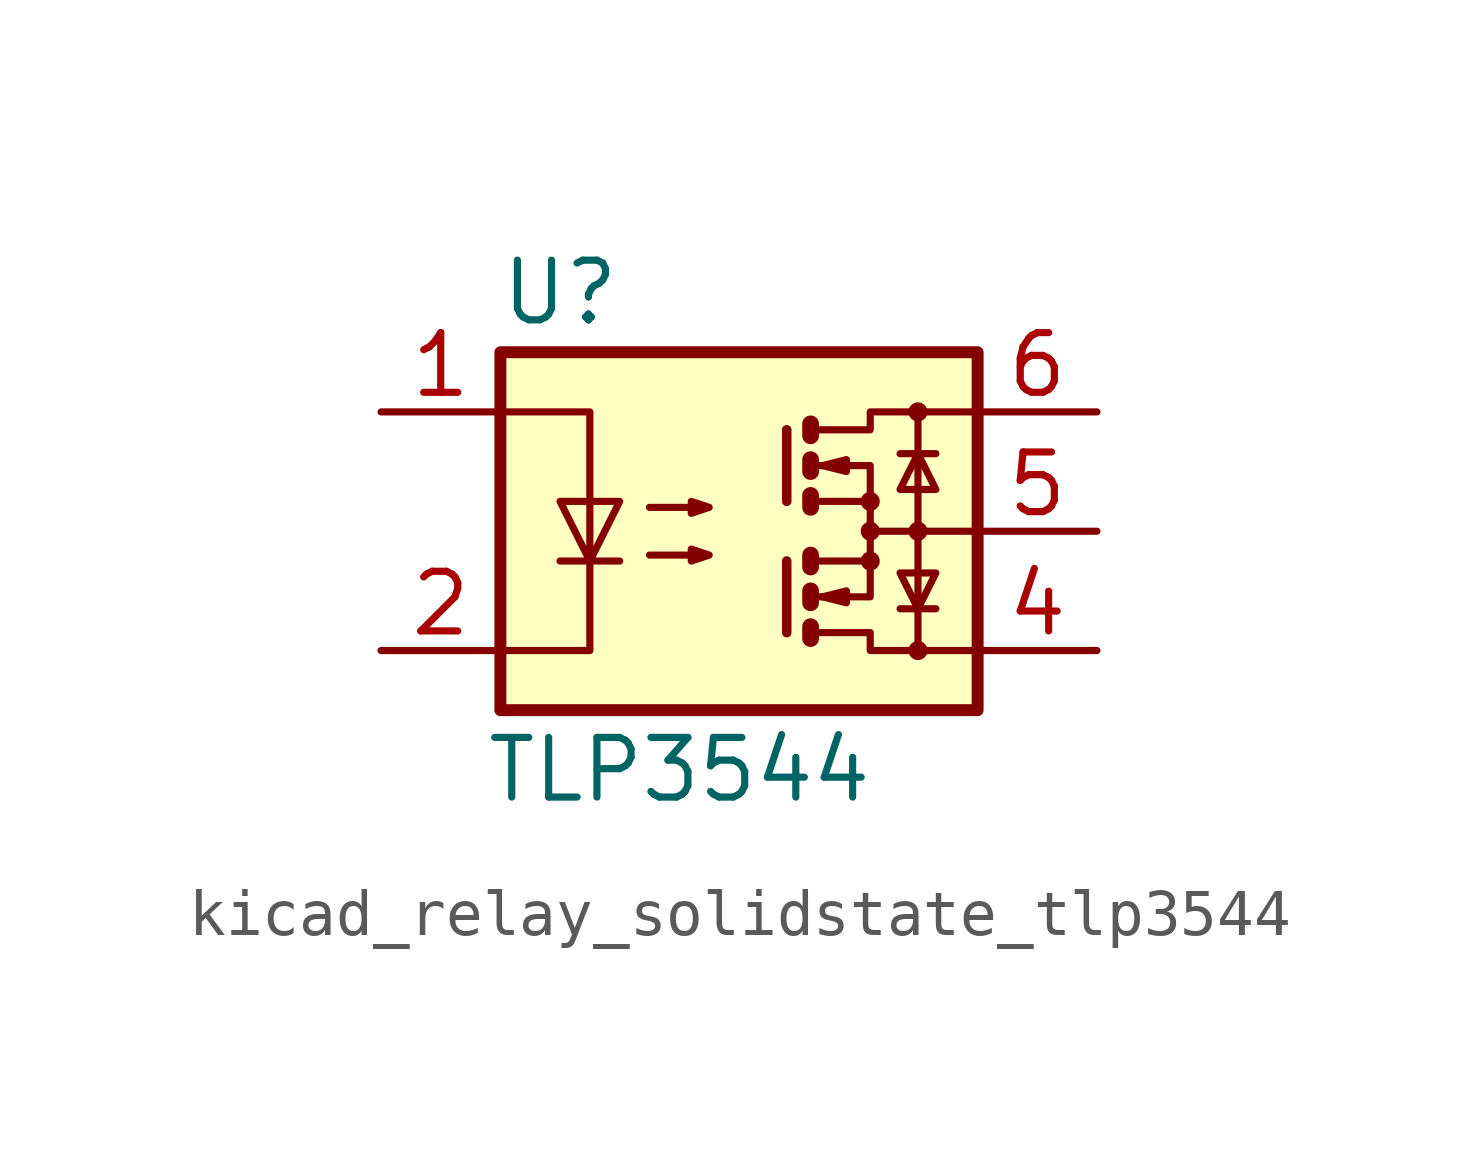
<source format=kicad_sym>
(kicad_symbol_lib
  (version 20220914)
  (generator kicad_symbol_editor)
  (symbol "kicad_relay_solidstate_tlp3544"
    (property "Reference" "U"
      (at -3.81 5.08 0)
      (effects (font (size 1.27 1.27))))
    (property "Value" "TLP3544"
      (at -1.27 -5.08 0)
      (effects (font (size 1.27 1.27))))
    (symbol "kicad_relay_solidstate_tlp3544_0_1"
      (rectangle (start -5.08 3.81) (end 5.08 -3.81) (stroke (width 0.254) (type default)) (fill (type background)))
      (polyline (pts (xy -3.81 -0.635) (xy -2.54 -0.635)) (stroke (width 0) (type default)) (fill (type none)))
      (polyline (pts (xy 1.016 -0.635) (xy 1.016 -2.159)) (stroke (width 0.203) (type default)) (fill (type none)))
      (polyline (pts (xy 1.016 2.159) (xy 1.016 0.635)) (stroke (width 0.203) (type default)) (fill (type none)))
      (polyline (pts (xy 1.524 -0.508) (xy 1.524 -0.762)) (stroke (width 0.356) (type default)) (fill (type none)))
      (polyline (pts (xy 2.794 0) (xy 5.08 0)) (stroke (width 0) (type default)) (fill (type none)))
      (polyline (pts (xy 3.429 -1.651) (xy 4.191 -1.651)) (stroke (width 0) (type default)) (fill (type none)))
      (polyline (pts (xy 3.429 1.651) (xy 4.191 1.651)) (stroke (width 0) (type default)) (fill (type none)))
      (polyline (pts (xy 3.81 -2.54) (xy 3.81 2.54)) (stroke (width 0) (type default)) (fill (type none)))
      (polyline (pts (xy 1.524 -2.032) (xy 1.524 -2.286) (xy 1.524 -2.286)) (stroke (width 0.356) (type default)) (fill (type none)))
      (polyline (pts (xy 1.524 -1.27) (xy 1.524 -1.524) (xy 1.524 -1.524)) (stroke (width 0.356) (type default)) (fill (type none)))
      (polyline (pts (xy 1.524 0.762) (xy 1.524 0.508) (xy 1.524 0.508)) (stroke (width 0.356) (type default)) (fill (type none)))
      (polyline (pts (xy 1.524 1.524) (xy 1.524 1.27) (xy 1.524 1.27)) (stroke (width 0.356) (type default)) (fill (type none)))
      (polyline (pts (xy 1.524 2.286) (xy 1.524 2.032) (xy 1.524 2.032)) (stroke (width 0.356) (type default)) (fill (type none)))
      (polyline (pts (xy 1.651 -1.397) (xy 2.794 -1.397) (xy 2.794 -0.635)) (stroke (width 0) (type default)) (fill (type none)))
      (polyline (pts (xy 1.651 1.397) (xy 2.794 1.397) (xy 2.794 0.635)) (stroke (width 0) (type default)) (fill (type none)))
      (polyline (pts (xy -5.08 2.54) (xy -3.175 2.54) (xy -3.175 -2.54) (xy -5.08 -2.54)) (stroke (width 0) (type default)) (fill (type none)))
      (polyline (pts (xy -3.175 -0.635) (xy -3.81 0.635) (xy -2.54 0.635) (xy -3.175 -0.635)) (stroke (width 0) (type default)) (fill (type none)))
      (polyline (pts (xy 1.651 -2.159) (xy 2.794 -2.159) (xy 2.794 -2.54) (xy 5.08 -2.54)) (stroke (width 0) (type default)) (fill (type none)))
      (polyline (pts (xy 1.651 -0.635) (xy 2.794 -0.635) (xy 2.794 0.635) (xy 1.651 0.635)) (stroke (width 0) (type default)) (fill (type none)))
      (polyline (pts (xy 1.651 2.159) (xy 2.794 2.159) (xy 2.794 2.54) (xy 5.08 2.54)) (stroke (width 0) (type default)) (fill (type none)))
      (polyline (pts (xy 1.778 -1.397) (xy 2.286 -1.27) (xy 2.286 -1.524) (xy 1.778 -1.397)) (stroke (width 0) (type default)) (fill (type none)))
      (polyline (pts (xy 1.778 1.397) (xy 2.286 1.524) (xy 2.286 1.27) (xy 1.778 1.397)) (stroke (width 0) (type default)) (fill (type none)))
      (polyline (pts (xy 3.81 -1.651) (xy 3.429 -0.889) (xy 4.191 -0.889) (xy 3.81 -1.651)) (stroke (width 0) (type default)) (fill (type none)))
      (polyline (pts (xy 3.81 1.651) (xy 3.429 0.889) (xy 4.191 0.889) (xy 3.81 1.651)) (stroke (width 0) (type default)) (fill (type none)))
      (polyline (pts (xy -1.905 -0.508) (xy -0.635 -0.508) (xy -1.016 -0.635) (xy -1.016 -0.381) (xy -0.635 -0.508)) (stroke (width 0) (type default)) (fill (type none)))
      (polyline (pts (xy -1.905 0.508) (xy -0.635 0.508) (xy -1.016 0.381) (xy -1.016 0.635) (xy -0.635 0.508)) (stroke (width 0) (type default)) (fill (type none)))
      (circle (center 2.794 -0.635) (radius 0.127) (stroke (width 0) (type default)) (fill (type none)))
      (circle (center 2.794 0) (radius 0.127) (stroke (width 0) (type default)) (fill (type none)))
      (circle (center 2.794 0.635) (radius 0.127) (stroke (width 0) (type default)) (fill (type none)))
      (circle (center 3.81 -2.54) (radius 0.127) (stroke (width 0) (type default)) (fill (type none)))
      (circle (center 3.81 0) (radius 0.127) (stroke (width 0) (type default)) (fill (type none)))
      (circle (center 3.81 2.54) (radius 0.127) (stroke (width 0) (type default)) (fill (type none))))
    (symbol "kicad_relay_solidstate_tlp3544_1_1"
      (pin passive line (at -7.62 2.54 0) (length 2.54) (name "~" (effects (font (size 1.27 1.27)))) (number "1" (effects (font (size 1.27 1.27)))))
      (pin passive line (at -7.62 -2.54 0) (length 2.54) (name "~" (effects (font (size 1.27 1.27)))) (number "2" (effects (font (size 1.27 1.27)))))
      (pin no_connect line (at -5.08 0 0) (length 2.54) hide (name "~" (effects (font (size 1.27 1.27)))) (number "3" (effects (font (size 1.27 1.27)))))
      (pin passive line (at 7.62 -2.54 180) (length 2.54) (name "~" (effects (font (size 1.27 1.27)))) (number "4" (effects (font (size 1.27 1.27)))))
      (pin passive line (at 7.62 0 180) (length 2.54) (name "~" (effects (font (size 1.27 1.27)))) (number "5" (effects (font (size 1.27 1.27)))))
      (pin passive line (at 7.62 2.54 180) (length 2.54) (name "~" (effects (font (size 1.27 1.27)))) (number "6" (effects (font (size 1.27 1.27))))))))
</source>
